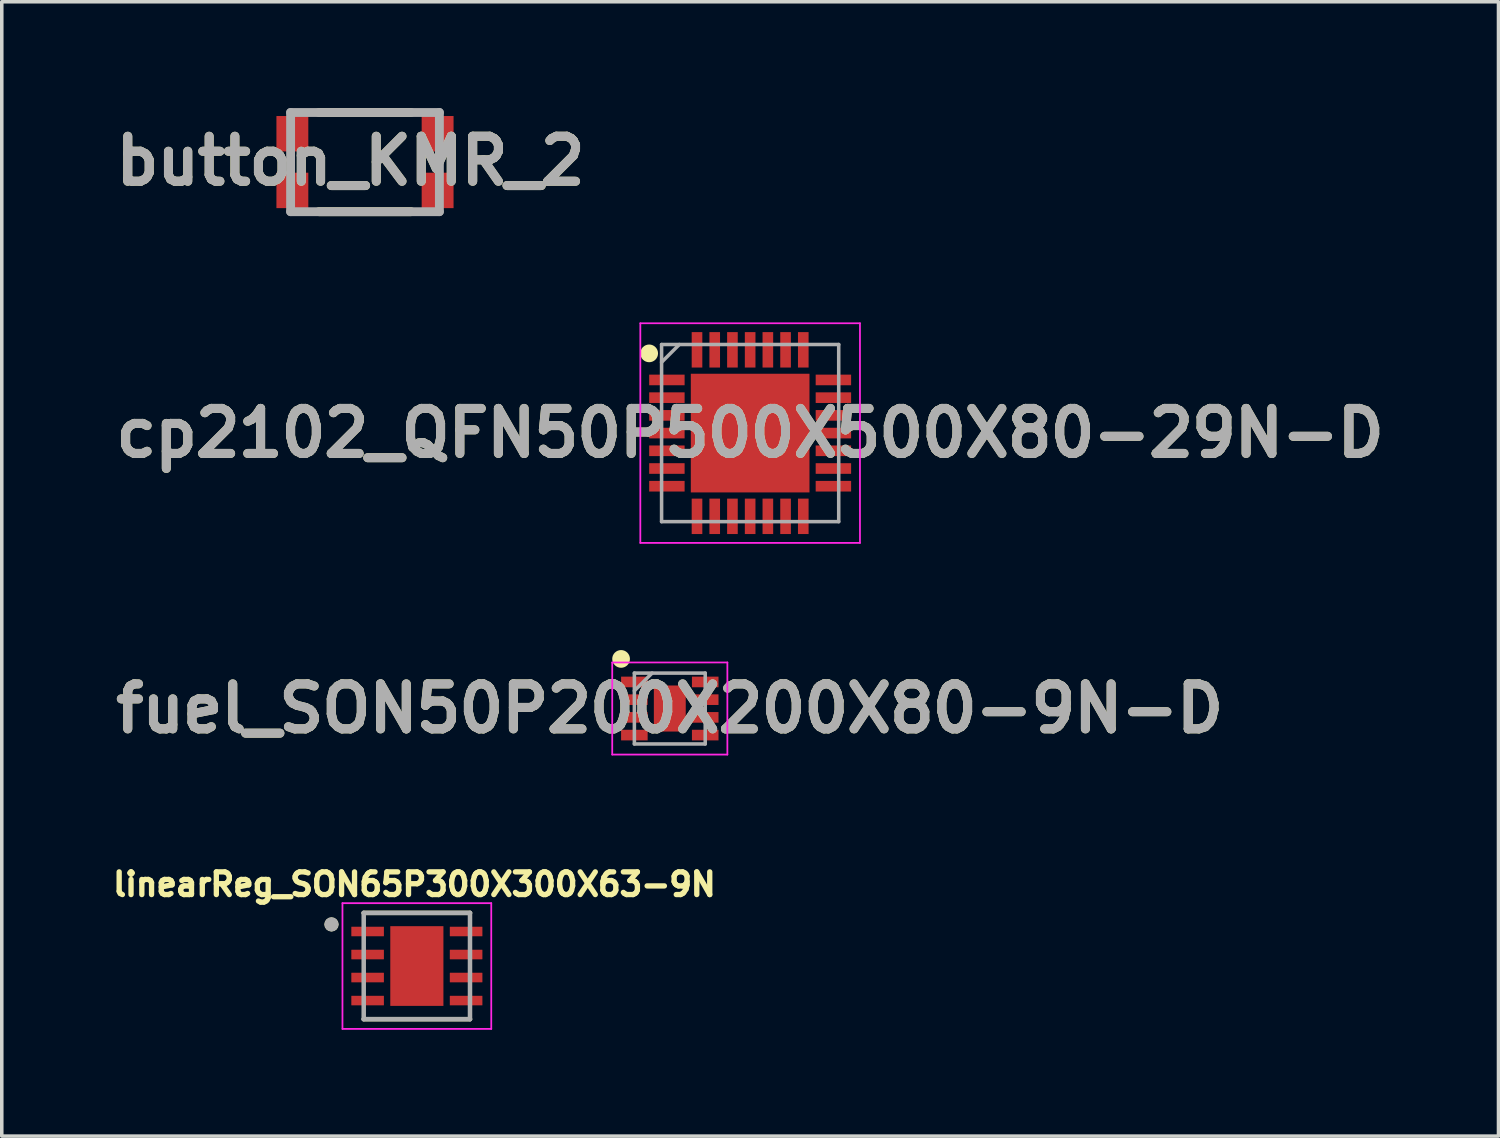
<source format=kicad_pcb>
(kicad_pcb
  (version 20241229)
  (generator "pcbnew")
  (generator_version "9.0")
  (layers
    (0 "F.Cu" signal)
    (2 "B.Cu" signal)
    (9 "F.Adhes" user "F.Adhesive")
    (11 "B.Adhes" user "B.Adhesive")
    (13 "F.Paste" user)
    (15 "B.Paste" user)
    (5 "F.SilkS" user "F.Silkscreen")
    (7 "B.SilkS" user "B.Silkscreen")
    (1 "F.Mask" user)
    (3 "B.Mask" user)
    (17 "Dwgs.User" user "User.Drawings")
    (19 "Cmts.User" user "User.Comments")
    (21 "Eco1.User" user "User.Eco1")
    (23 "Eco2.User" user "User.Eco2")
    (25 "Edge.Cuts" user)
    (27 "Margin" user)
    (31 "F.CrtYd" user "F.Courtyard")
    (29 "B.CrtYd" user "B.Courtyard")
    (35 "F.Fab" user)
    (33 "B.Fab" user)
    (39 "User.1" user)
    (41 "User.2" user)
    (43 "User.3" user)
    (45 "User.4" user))
  (footprint "button_KMR_2"
    (layer "F.Cu")
    (at 7.253 1.525)
    (property "Reference" "button_KMR_2" (at -0.407 -0.033 0) (layer "F.SilkS") (effects (font (size 1.27 1.27) (thickness 0.254))))
    (attr smd)
    (fp_line (start -1.3 -1.4) (end 1.3 -1.4) (stroke (width 0.25) (type solid)) (layer "F.SilkS"))
    (fp_line (start -1.3 1.4) (end 1.3 1.4) (stroke (width 0.25) (type solid)) (layer "F.SilkS"))
    (fp_line (start -2.1 -1.4) (end 2.1 -1.4) (stroke (width 0.25) (type solid)) (layer "F.Fab"))
    (fp_line (start -2.1 1.4) (end -2.1 -1.4) (stroke (width 0.25) (type solid)) (layer "F.Fab"))
    (fp_line (start 2.1 -1.4) (end 2.1 1.4) (stroke (width 0.25) (type solid)) (layer "F.Fab"))
    (fp_line (start 2.1 1.4) (end -2.1 1.4) (stroke (width 0.25) (type solid)) (layer "F.Fab"))
    (fp_text user "${REFERENCE}" (at -0.407 -0.033 0) (layer "F.Fab") (effects (font (size 1.27 1.27) (thickness 0.254))))
    (pad "1" smd rect (at -2.05 0.8) (size 0.9 1) (layers "F.Cu" "F.Mask" "F.Paste"))
    (pad "2" smd rect (at -2.05 -0.8) (size 0.9 1) (layers "F.Cu" "F.Mask" "F.Paste"))
    (pad "3" smd rect (at 2.05 0.8) (size 0.9 1) (layers "F.Cu" "F.Mask" "F.Paste"))
    (pad "4" smd rect (at 2.05 -0.8) (size 0.9 1) (layers "F.Cu" "F.Mask" "F.Paste")))
  (footprint "cp2102_QFN50P500X500X80-29N-D"
    (layer "F.Cu")
    (at 18.125 9.175)
    (property "Reference" "cp2102_QFN50P500X500X80-29N-D" (at 0 0 0) (layer "F.SilkS") (effects (font (size 1.27 1.27) (thickness 0.254))))
    (attr smd)
    (fp_circle (center -2.85 -2.25) (end -2.85 -2.125) (stroke (width 0.25) (type solid)) (fill no) (layer "F.SilkS"))
    (fp_rect (start -1.355 -1.38) (end -0.605 -0.63) (stroke (width 0.1) (type solid)) (fill yes) (layer "F.Paste"))
    (fp_rect (start -1.355 -0.38) (end -0.605 0.37) (stroke (width 0.1) (type solid)) (fill yes) (layer "F.Paste"))
    (fp_rect (start -1.355 0.62) (end -0.605 1.37) (stroke (width 0.1) (type solid)) (fill yes) (layer "F.Paste"))
    (fp_rect (start -0.355 -1.38) (end 0.395 -0.63) (stroke (width 0.1) (type solid)) (fill yes) (layer "F.Paste"))
    (fp_rect (start -0.355 -0.38) (end 0.395 0.37) (stroke (width 0.1) (type solid)) (fill yes) (layer "F.Paste"))
    (fp_rect (start -0.355 0.62) (end 0.395 1.37) (stroke (width 0.1) (type solid)) (fill yes) (layer "F.Paste"))
    (fp_rect (start 0.645 -1.38) (end 1.395 -0.63) (stroke (width 0.1) (type solid)) (fill yes) (layer "F.Paste"))
    (fp_rect (start 0.645 -0.38) (end 1.395 0.37) (stroke (width 0.1) (type solid)) (fill yes) (layer "F.Paste"))
    (fp_rect (start 0.645 0.62) (end 1.395 1.37) (stroke (width 0.1) (type solid)) (fill yes) (layer "F.Paste"))
    (fp_line (start -3.1 -3.1) (end 3.1 -3.1) (stroke (width 0.05) (type solid)) (layer "F.CrtYd"))
    (fp_line (start -3.1 3.1) (end -3.1 -3.1) (stroke (width 0.05) (type solid)) (layer "F.CrtYd"))
    (fp_line (start 3.1 -3.1) (end 3.1 3.1) (stroke (width 0.05) (type solid)) (layer "F.CrtYd"))
    (fp_line (start 3.1 3.1) (end -3.1 3.1) (stroke (width 0.05) (type solid)) (layer "F.CrtYd"))
    (fp_line (start -2.5 -2.5) (end 2.5 -2.5) (stroke (width 0.1) (type solid)) (layer "F.Fab"))
    (fp_line (start -2.5 -2) (end -2 -2.5) (stroke (width 0.1) (type solid)) (layer "F.Fab"))
    (fp_line (start -2.5 2.5) (end -2.5 -2.5) (stroke (width 0.1) (type solid)) (layer "F.Fab"))
    (fp_line (start 2.5 -2.5) (end 2.5 2.5) (stroke (width 0.1) (type solid)) (layer "F.Fab"))
    (fp_line (start 2.5 2.5) (end -2.5 2.5) (stroke (width 0.1) (type solid)) (layer "F.Fab"))
    (fp_text user "${REFERENCE}" (at 0 0 0) (layer "F.Fab") (effects (font (size 1.27 1.27) (thickness 0.254))))
    (pad "1" smd rect (at -2.35 -1.5 90) (size 0.3 1) (layers "F.Cu" "F.Mask" "F.Paste"))
    (pad "2" smd rect (at -2.35 -1 90) (size 0.3 1) (layers "F.Cu" "F.Mask" "F.Paste"))
    (pad "3" smd rect (at -2.35 -0.5 90) (size 0.3 1) (layers "F.Cu" "F.Mask" "F.Paste"))
    (pad "4" smd rect (at -2.35 0 90) (size 0.3 1) (layers "F.Cu" "F.Mask" "F.Paste"))
    (pad "5" smd rect (at -2.35 0.5 90) (size 0.3 1) (layers "F.Cu" "F.Mask" "F.Paste"))
    (pad "6" smd rect (at -2.35 1 90) (size 0.3 1) (layers "F.Cu" "F.Mask" "F.Paste"))
    (pad "7" smd rect (at -2.35 1.5 90) (size 0.3 1) (layers "F.Cu" "F.Mask" "F.Paste"))
    (pad "8" smd rect (at -1.5 2.35) (size 0.3 1) (layers "F.Cu" "F.Mask" "F.Paste"))
    (pad "9" smd rect (at -1 2.35) (size 0.3 1) (layers "F.Cu" "F.Mask" "F.Paste"))
    (pad "10" smd rect (at -0.5 2.35) (size 0.3 1) (layers "F.Cu" "F.Mask" "F.Paste"))
    (pad "11" smd rect (at 0 2.35) (size 0.3 1) (layers "F.Cu" "F.Mask" "F.Paste"))
    (pad "12" smd rect (at 0.5 2.35) (size 0.3 1) (layers "F.Cu" "F.Mask" "F.Paste"))
    (pad "13" smd rect (at 1 2.35) (size 0.3 1) (layers "F.Cu" "F.Mask" "F.Paste"))
    (pad "14" smd rect (at 1.5 2.35) (size 0.3 1) (layers "F.Cu" "F.Mask" "F.Paste"))
    (pad "15" smd rect (at 2.35 1.5 90) (size 0.3 1) (layers "F.Cu" "F.Mask" "F.Paste"))
    (pad "16" smd rect (at 2.35 1 90) (size 0.3 1) (layers "F.Cu" "F.Mask" "F.Paste"))
    (pad "17" smd rect (at 2.35 0.5 90) (size 0.3 1) (layers "F.Cu" "F.Mask" "F.Paste"))
    (pad "18" smd rect (at 2.35 0 90) (size 0.3 1) (layers "F.Cu" "F.Mask" "F.Paste"))
    (pad "19" smd rect (at 2.35 -0.5 90) (size 0.3 1) (layers "F.Cu" "F.Mask" "F.Paste"))
    (pad "20" smd rect (at 2.35 -1 90) (size 0.3 1) (layers "F.Cu" "F.Mask" "F.Paste"))
    (pad "21" smd rect (at 2.35 -1.5 90) (size 0.3 1) (layers "F.Cu" "F.Mask" "F.Paste"))
    (pad "22" smd rect (at 1.5 -2.35) (size 0.3 1) (layers "F.Cu" "F.Mask" "F.Paste"))
    (pad "23" smd rect (at 1 -2.35) (size 0.3 1) (layers "F.Cu" "F.Mask" "F.Paste"))
    (pad "24" smd rect (at 0.5 -2.35) (size 0.3 1) (layers "F.Cu" "F.Mask" "F.Paste"))
    (pad "25" smd rect (at 0 -2.35) (size 0.3 1) (layers "F.Cu" "F.Mask" "F.Paste"))
    (pad "26" smd rect (at -0.5 -2.35) (size 0.3 1) (layers "F.Cu" "F.Mask" "F.Paste"))
    (pad "27" smd rect (at -1 -2.35) (size 0.3 1) (layers "F.Cu" "F.Mask" "F.Paste"))
    (pad "28" smd rect (at -1.5 -2.35) (size 0.3 1) (layers "F.Cu" "F.Mask" "F.Paste"))
    (pad "29" smd rect (at 0 0) (size 3.35 3.35) (layers "F.Cu" "F.Mask")))
  (footprint "fuel_SON50P200X200X80-9N-D"
    (layer "F.Cu")
    (at 15.857 16.95)
    (property "Reference" "fuel_SON50P200X200X80-9N-D" (at 0 0 0) (layer "F.SilkS") (effects (font (size 1.27 1.27) (thickness 0.254))))
    (attr smd)
    (fp_circle (center -1.375 -1.4) (end -1.375 -1.275) (stroke (width 0.25) (type solid)) (fill no) (layer "F.SilkS"))
    (fp_line (start -1.625 -1.3) (end 1.625 -1.3) (stroke (width 0.05) (type solid)) (layer "F.CrtYd"))
    (fp_line (start -1.625 1.3) (end -1.625 -1.3) (stroke (width 0.05) (type solid)) (layer "F.CrtYd"))
    (fp_line (start 1.625 -1.3) (end 1.625 1.3) (stroke (width 0.05) (type solid)) (layer "F.CrtYd"))
    (fp_line (start 1.625 1.3) (end -1.625 1.3) (stroke (width 0.05) (type solid)) (layer "F.CrtYd"))
    (fp_line (start -1 -1) (end 1 -1) (stroke (width 0.1) (type solid)) (layer "F.Fab"))
    (fp_line (start -1 -0.5) (end -0.5 -1) (stroke (width 0.1) (type solid)) (layer "F.Fab"))
    (fp_line (start -1 1) (end -1 -1) (stroke (width 0.1) (type solid)) (layer "F.Fab"))
    (fp_line (start 1 -1) (end 1 1) (stroke (width 0.1) (type solid)) (layer "F.Fab"))
    (fp_line (start 1 1) (end -1 1) (stroke (width 0.1) (type solid)) (layer "F.Fab"))
    (fp_text user "${REFERENCE}" (at 0 0 0) (layer "F.Fab") (effects (font (size 1.27 1.27) (thickness 0.254))))
    (pad "1" smd rect (at -1 -0.75 90) (size 0.3 0.75) (layers "F.Cu" "F.Mask" "F.Paste"))
    (pad "2" smd rect (at -1 -0.25 90) (size 0.3 0.75) (layers "F.Cu" "F.Mask" "F.Paste"))
    (pad "3" smd rect (at -1 0.25 90) (size 0.3 0.75) (layers "F.Cu" "F.Mask" "F.Paste"))
    (pad "4" smd rect (at -1 0.75 90) (size 0.3 0.75) (layers "F.Cu" "F.Mask" "F.Paste"))
    (pad "5" smd rect (at 1 0.75 90) (size 0.3 0.75) (layers "F.Cu" "F.Mask" "F.Paste"))
    (pad "6" smd rect (at 1 0.25 90) (size 0.3 0.75) (layers "F.Cu" "F.Mask" "F.Paste"))
    (pad "7" smd rect (at 1 -0.25 90) (size 0.3 0.75) (layers "F.Cu" "F.Mask" "F.Paste"))
    (pad "8" smd rect (at 1 -0.75 90) (size 0.3 0.75) (layers "F.Cu" "F.Mask" "F.Paste"))
    (pad "9" smd rect (at 0 0) (size 0.9 1.3) (layers "F.Cu" "F.Mask" "F.Paste")))
  (footprint "linearReg_SON65P300X300X63-9N"
    (layer "F.Cu")
    (at 8.717 24.219)
    (property "Reference" "linearReg_SON65P300X300X63-9N" (at -0.068 -2.306 0) (layer "F.SilkS") (effects (font (size 0.64 0.64) (thickness 0.15))))
    (attr smd)
    (fp_line (start -1.5 -1.5) (end 1.5 -1.5) (stroke (width 0.127) (type solid)) (layer "F.SilkS"))
    (fp_line (start -1.5 1.5) (end 1.5 1.5) (stroke (width 0.127) (type solid)) (layer "F.SilkS"))
    (fp_circle (center -2.41 -1.175) (end -2.31 -1.175) (stroke (width 0.2) (type solid)) (fill no) (layer "F.SilkS"))
    (fp_poly (pts (xy -0.47 -0.71) (xy 0.47 -0.71) (xy 0.47 0.71) (xy -0.47 0.71)) (stroke (width 0.01) (type solid)) (fill yes) (layer "F.Paste"))
    (fp_line (start -2.1 -1.775) (end -2.1 1.775) (stroke (width 0.05) (type solid)) (layer "F.CrtYd"))
    (fp_line (start -2.1 -1.775) (end 2.1 -1.775) (stroke (width 0.05) (type solid)) (layer "F.CrtYd"))
    (fp_line (start -2.1 1.775) (end 2.1 1.775) (stroke (width 0.05) (type solid)) (layer "F.CrtYd"))
    (fp_line (start 2.1 -1.775) (end 2.1 1.775) (stroke (width 0.05) (type solid)) (layer "F.CrtYd"))
    (fp_line (start -1.5 -1.5) (end -1.5 1.5) (stroke (width 0.127) (type solid)) (layer "F.Fab"))
    (fp_line (start -1.5 -1.5) (end 1.5 -1.5) (stroke (width 0.127) (type solid)) (layer "F.Fab"))
    (fp_line (start -1.5 1.5) (end 1.5 1.5) (stroke (width 0.127) (type solid)) (layer "F.Fab"))
    (fp_line (start 1.5 -1.5) (end 1.5 1.5) (stroke (width 0.127) (type solid)) (layer "F.Fab"))
    (fp_circle (center -2.41 -1.175) (end -2.31 -1.175) (stroke (width 0.2) (type solid)) (fill no) (layer "F.Fab"))
    (pad "1" smd roundrect (at -1.39 -0.975) (size 0.92 0.27) (layers "F.Cu" "F.Mask" "F.Paste") (roundrect_rratio 0.03))
    (pad "2" smd roundrect (at -1.39 -0.325) (size 0.92 0.27) (layers "F.Cu" "F.Mask" "F.Paste") (roundrect_rratio 0.03))
    (pad "3" smd roundrect (at -1.39 0.325) (size 0.92 0.27) (layers "F.Cu" "F.Mask" "F.Paste") (roundrect_rratio 0.03))
    (pad "4" smd roundrect (at -1.39 0.975) (size 0.92 0.27) (layers "F.Cu" "F.Mask" "F.Paste") (roundrect_rratio 0.03))
    (pad "5" smd roundrect (at 1.39 0.975) (size 0.92 0.27) (layers "F.Cu" "F.Mask" "F.Paste") (roundrect_rratio 0.03))
    (pad "6" smd roundrect (at 1.39 0.325) (size 0.92 0.27) (layers "F.Cu" "F.Mask" "F.Paste") (roundrect_rratio 0.03))
    (pad "7" smd roundrect (at 1.39 -0.325) (size 0.92 0.27) (layers "F.Cu" "F.Mask" "F.Paste") (roundrect_rratio 0.03))
    (pad "8" smd roundrect (at 1.39 -0.975) (size 0.92 0.27) (layers "F.Cu" "F.Mask" "F.Paste") (roundrect_rratio 0.03))
    (pad "9" smd rect (at 0 0) (size 1.5 2.25) (layers "F.Cu" "F.Mask")))
  (gr_rect
    (start -3 -3)
    (end 39.249 29.019)
    (stroke (width 0.1) (type default))
    (fill no)
    (layer "Edge.Cuts")))
</source>
